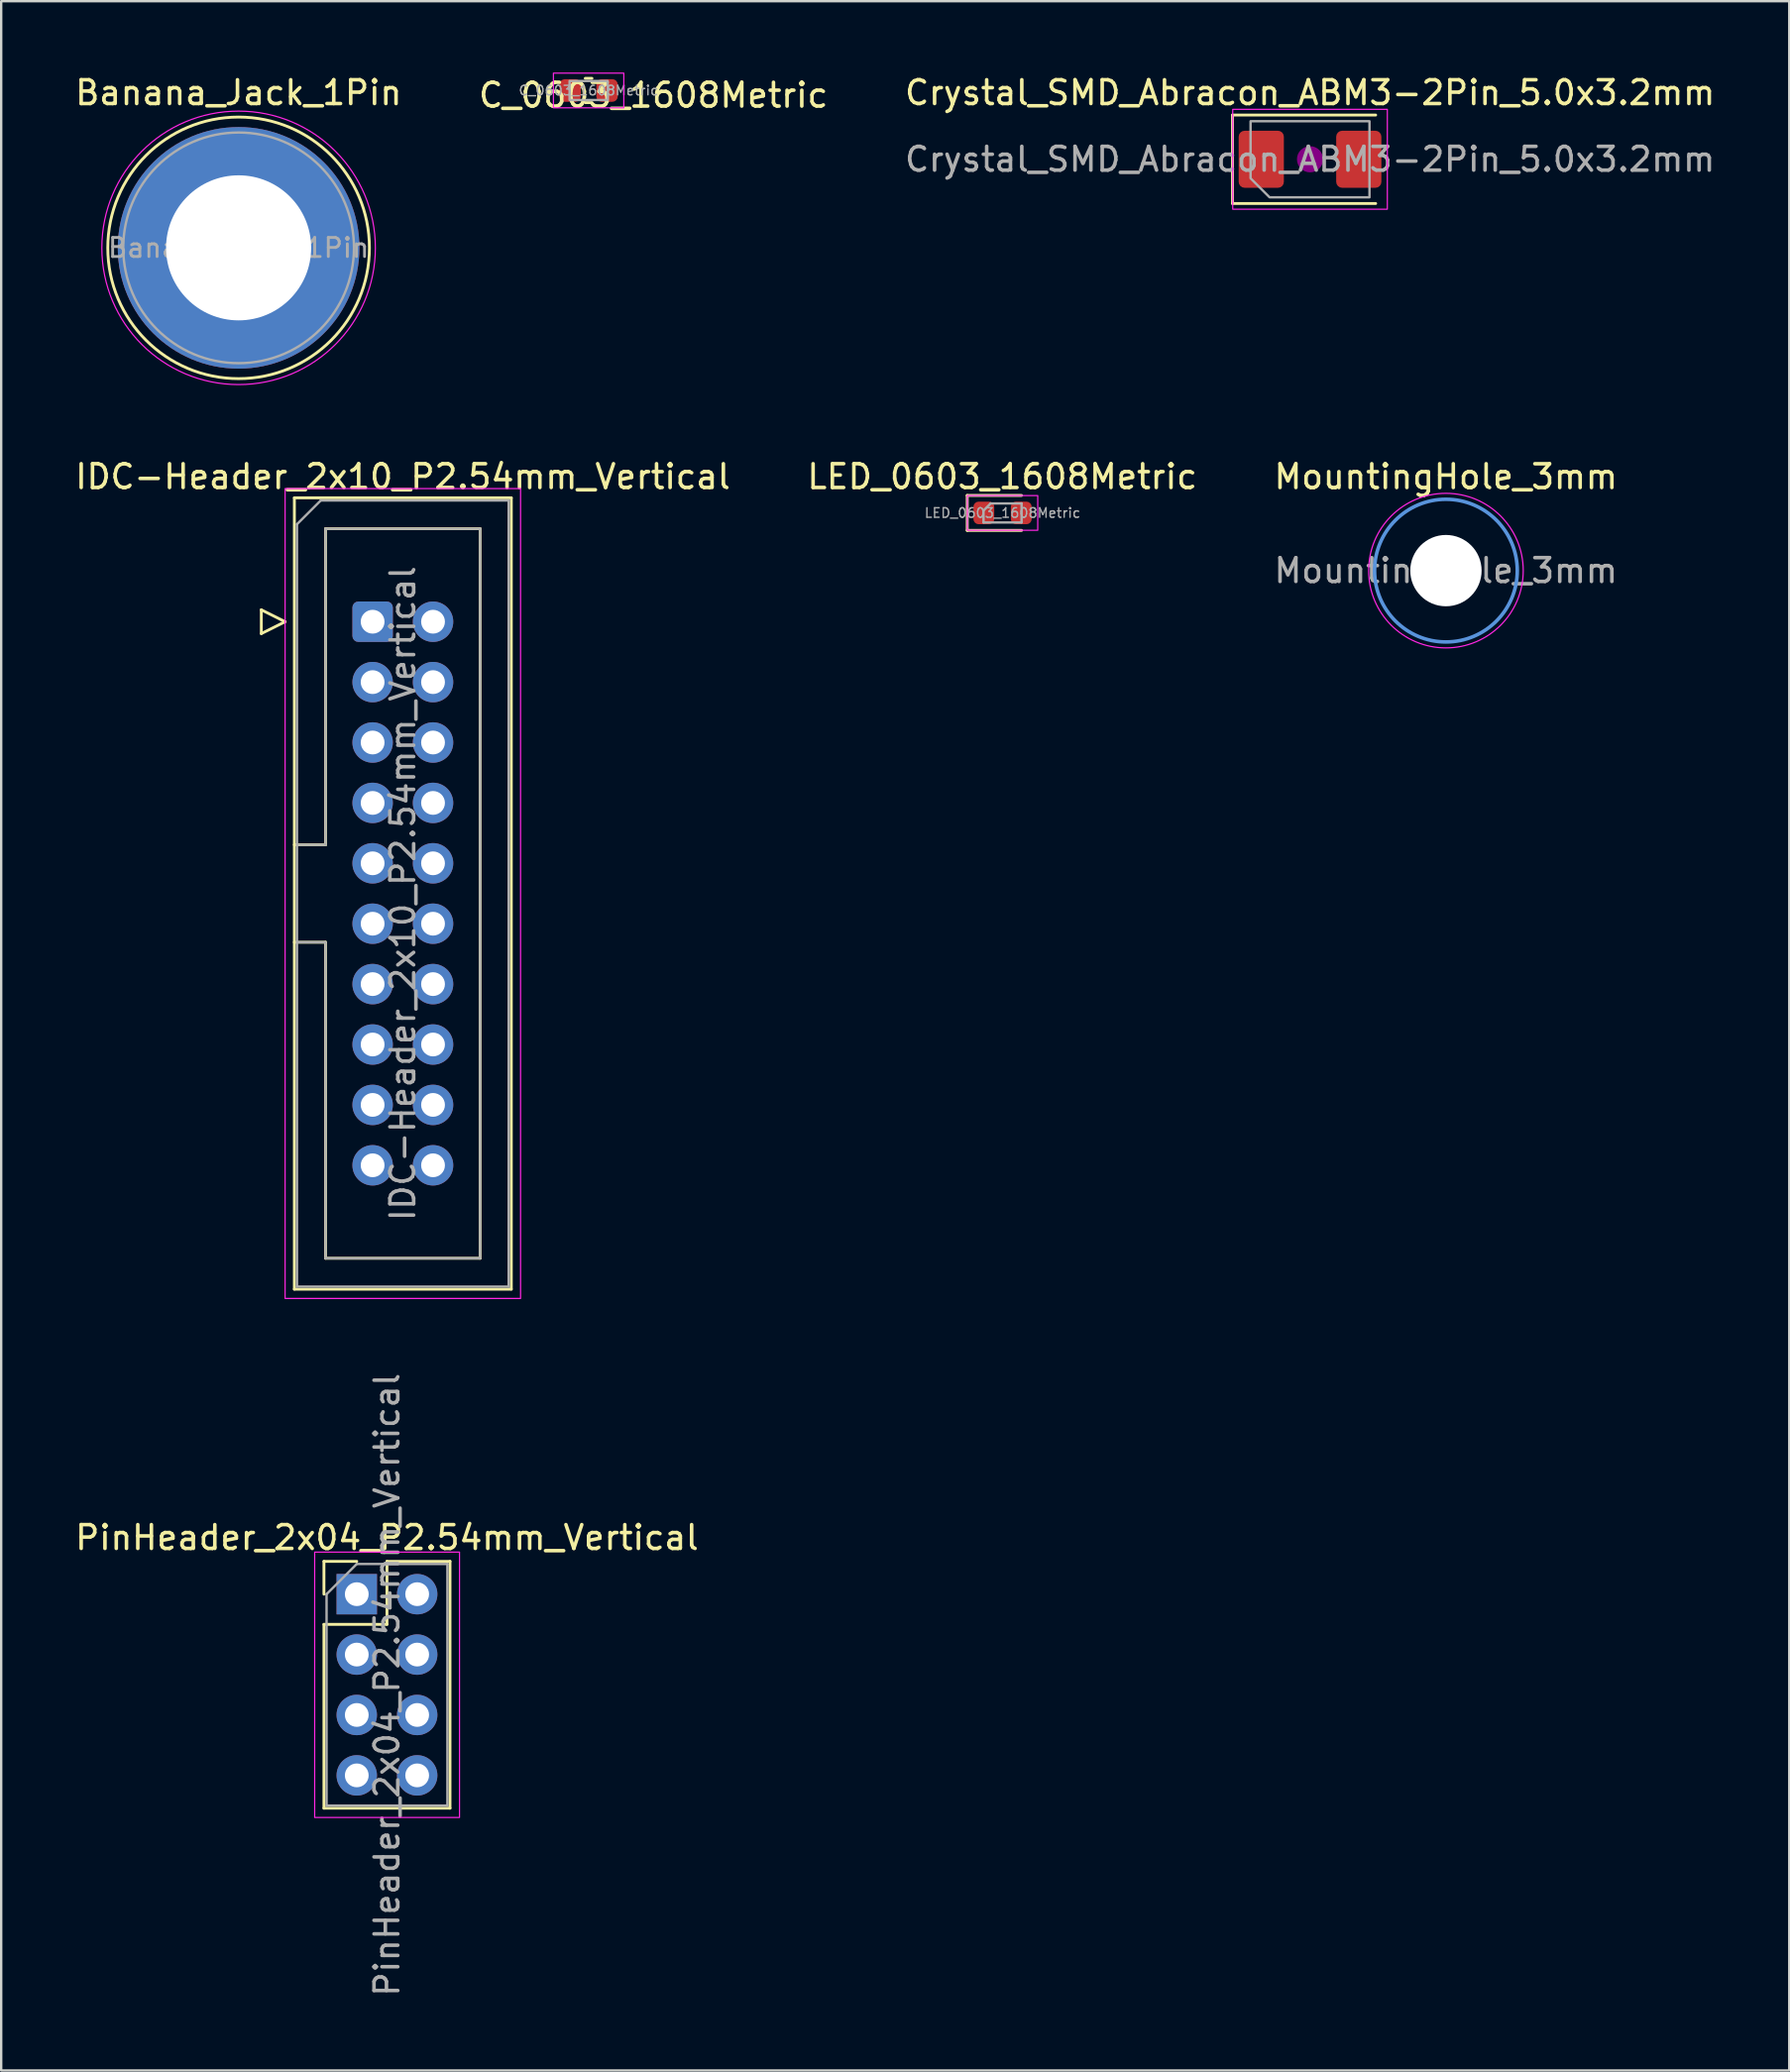
<source format=kicad_pcb>
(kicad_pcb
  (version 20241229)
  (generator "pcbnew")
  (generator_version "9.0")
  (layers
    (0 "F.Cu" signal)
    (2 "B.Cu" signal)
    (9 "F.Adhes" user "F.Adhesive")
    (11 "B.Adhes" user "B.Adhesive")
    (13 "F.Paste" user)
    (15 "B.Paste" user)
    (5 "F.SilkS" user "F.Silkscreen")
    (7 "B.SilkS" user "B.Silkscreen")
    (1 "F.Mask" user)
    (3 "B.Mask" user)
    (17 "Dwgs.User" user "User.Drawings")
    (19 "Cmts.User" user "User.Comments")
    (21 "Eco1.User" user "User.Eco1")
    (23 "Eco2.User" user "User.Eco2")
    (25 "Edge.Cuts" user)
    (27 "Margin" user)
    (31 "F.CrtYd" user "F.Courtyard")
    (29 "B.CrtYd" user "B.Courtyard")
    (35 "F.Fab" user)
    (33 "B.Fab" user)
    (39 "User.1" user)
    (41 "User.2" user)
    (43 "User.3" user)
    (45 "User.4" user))
  (footprint "PinHeader_2x04_P2.54mm_Vertical"
    (layer "F.Cu")
    (at 11.95 63.992)
    (property "Reference" "PinHeader_2x04_P2.54mm_Vertical" (at 1.27 -2.38 180) (layer "F.SilkS") (effects (font (size 1 1) (thickness 0.15))))
    (attr through_hole)
    (fp_line (start -1.38 -1.38) (end 0 -1.38) (stroke (width 0.12) (type solid)) (layer "F.SilkS"))
    (fp_line (start -1.38 0) (end -1.38 -1.38) (stroke (width 0.12) (type solid)) (layer "F.SilkS"))
    (fp_line (start -1.38 1.27) (end -1.38 9) (stroke (width 0.12) (type solid)) (layer "F.SilkS"))
    (fp_line (start -1.38 1.27) (end 1.27 1.27) (stroke (width 0.12) (type solid)) (layer "F.SilkS"))
    (fp_line (start -1.38 9) (end 3.92 9) (stroke (width 0.12) (type solid)) (layer "F.SilkS"))
    (fp_line (start 1.27 -1.38) (end 3.92 -1.38) (stroke (width 0.12) (type solid)) (layer "F.SilkS"))
    (fp_line (start 1.27 1.27) (end 1.27 -1.38) (stroke (width 0.12) (type solid)) (layer "F.SilkS"))
    (fp_line (start 3.92 -1.38) (end 3.92 9) (stroke (width 0.12) (type solid)) (layer "F.SilkS"))
    (fp_rect (start -1.77 -1.77) (end 4.32 9.39) (stroke (width 0.05) (type solid)) (fill no) (layer "F.CrtYd"))
    (fp_line (start -1.27 0) (end 0 -1.27) (stroke (width 0.1) (type solid)) (layer "F.Fab"))
    (fp_line (start -1.27 8.89) (end -1.27 0) (stroke (width 0.1) (type solid)) (layer "F.Fab"))
    (fp_line (start 0 -1.27) (end 3.81 -1.27) (stroke (width 0.1) (type solid)) (layer "F.Fab"))
    (fp_line (start 3.81 -1.27) (end 3.81 8.89) (stroke (width 0.1) (type solid)) (layer "F.Fab"))
    (fp_line (start 3.81 8.89) (end -1.27 8.89) (stroke (width 0.1) (type solid)) (layer "F.Fab"))
    (fp_text user "${REFERENCE}" (at 1.27 3.81 90) (layer "F.Fab") (effects (font (size 1 1) (thickness 0.15))))
    (pad "1" thru_hole rect (at 0 0) (size 1.7 1.7) (drill 1) (layers "*.Cu" "*.Mask"))
    (pad "2" thru_hole circle (at 2.54 0) (size 1.7 1.7) (drill 1) (layers "*.Cu" "*.Mask"))
    (pad "3" thru_hole circle (at 0 2.54) (size 1.7 1.7) (drill 1) (layers "*.Cu" "*.Mask"))
    (pad "4" thru_hole circle (at 2.54 2.54) (size 1.7 1.7) (drill 1) (layers "*.Cu" "*.Mask"))
    (pad "5" thru_hole circle (at 0 5.08) (size 1.7 1.7) (drill 1) (layers "*.Cu" "*.Mask"))
    (pad "6" thru_hole circle (at 2.54 5.08) (size 1.7 1.7) (drill 1) (layers "*.Cu" "*.Mask"))
    (pad "7" thru_hole circle (at 0 7.62) (size 1.7 1.7) (drill 1) (layers "*.Cu" "*.Mask"))
    (pad "8" thru_hole circle (at 2.54 7.62) (size 1.7 1.7) (drill 1) (layers "*.Cu" "*.Mask")))
  (footprint "LED_0603_1608Metric"
    (layer "F.Cu")
    (at 39.102 18.521)
    (property "Reference" "LED_0603_1608Metric" (at -0.013 -1.525 180) (layer "F.SilkS") (effects (font (size 1 1) (thickness 0.15))))
    (attr smd)
    (fp_line (start -1.485 -0.735) (end -1.485 0.735) (stroke (width 0.12) (type solid)) (layer "F.SilkS"))
    (fp_line (start -1.485 0.735) (end 0.8 0.735) (stroke (width 0.12) (type solid)) (layer "F.SilkS"))
    (fp_line (start 0.8 -0.735) (end -1.485 -0.735) (stroke (width 0.12) (type solid)) (layer "F.SilkS"))
    (fp_rect (start -1.48 -0.73) (end 1.48 0.73) (stroke (width 0.05) (type solid)) (fill no) (layer "F.CrtYd"))
    (fp_line (start -0.8 -0.1) (end -0.8 0.4) (stroke (width 0.1) (type solid)) (layer "F.Fab"))
    (fp_line (start -0.8 0.4) (end 0.8 0.4) (stroke (width 0.1) (type solid)) (layer "F.Fab"))
    (fp_line (start -0.5 -0.4) (end -0.8 -0.1) (stroke (width 0.1) (type solid)) (layer "F.Fab"))
    (fp_line (start 0.8 -0.4) (end -0.5 -0.4) (stroke (width 0.1) (type solid)) (layer "F.Fab"))
    (fp_line (start 0.8 0.4) (end 0.8 -0.4) (stroke (width 0.1) (type solid)) (layer "F.Fab"))
    (fp_text user "${REFERENCE}" (at 0 0 180) (layer "F.Fab") (effects (font (size 0.4 0.4) (thickness 0.06))))
    (pad "1" smd roundrect (at -0.787 0) (size 0.875 0.95) (layers "F.Cu" "F.Mask" "F.Paste") (roundrect_rratio 0.25))
    (pad "2" smd roundrect (at 0.787 0) (size 0.875 0.95) (layers "F.Cu" "F.Mask" "F.Paste") (roundrect_rratio 0.25)))
  (footprint "IDC-Header_2x10_P2.54mm_Vertical"
    (layer "F.Cu")
    (at 12.617 23.096)
    (property "Reference" "IDC-Header_2x10_P2.54mm_Vertical" (at 1.27 -6.1 0) (layer "F.SilkS") (effects (font (size 1 1) (thickness 0.15))))
    (attr through_hole)
    (fp_line (start -4.68 -0.5) (end -4.68 0.5) (stroke (width 0.12) (type solid)) (layer "F.SilkS"))
    (fp_line (start -4.68 0.5) (end -3.68 0) (stroke (width 0.12) (type solid)) (layer "F.SilkS"))
    (fp_line (start -3.68 0) (end -4.68 -0.5) (stroke (width 0.12) (type solid)) (layer "F.SilkS"))
    (fp_line (start -3.29 -5.21) (end 5.83 -5.21) (stroke (width 0.12) (type solid)) (layer "F.SilkS"))
    (fp_line (start -3.29 9.38) (end -1.98 9.38) (stroke (width 0.12) (type solid)) (layer "F.SilkS"))
    (fp_line (start -3.29 28.07) (end -3.29 -5.21) (stroke (width 0.12) (type solid)) (layer "F.SilkS"))
    (fp_line (start -1.98 -3.91) (end 4.52 -3.91) (stroke (width 0.12) (type solid)) (layer "F.SilkS"))
    (fp_line (start -1.98 9.38) (end -1.98 -3.91) (stroke (width 0.12) (type solid)) (layer "F.SilkS"))
    (fp_line (start -1.98 13.48) (end -3.29 13.48) (stroke (width 0.12) (type solid)) (layer "F.SilkS"))
    (fp_line (start -1.98 26.77) (end -1.98 13.48) (stroke (width 0.12) (type solid)) (layer "F.SilkS"))
    (fp_line (start 4.52 -3.91) (end 4.52 26.77) (stroke (width 0.12) (type solid)) (layer "F.SilkS"))
    (fp_line (start 4.52 26.77) (end -1.98 26.77) (stroke (width 0.12) (type solid)) (layer "F.SilkS"))
    (fp_line (start 5.83 -5.21) (end 5.83 28.07) (stroke (width 0.12) (type solid)) (layer "F.SilkS"))
    (fp_line (start 5.83 28.07) (end -3.29 28.07) (stroke (width 0.12) (type solid)) (layer "F.SilkS"))
    (fp_rect (start -3.68 -5.6) (end 6.22 28.46) (stroke (width 0.05) (type solid)) (fill no) (layer "F.CrtYd"))
    (fp_line (start -3.18 -4.1) (end -2.18 -5.1) (stroke (width 0.1) (type solid)) (layer "F.Fab"))
    (fp_line (start -3.18 9.38) (end -1.98 9.38) (stroke (width 0.1) (type solid)) (layer "F.Fab"))
    (fp_line (start -3.18 27.96) (end -3.18 -4.1) (stroke (width 0.1) (type solid)) (layer "F.Fab"))
    (fp_line (start -2.18 -5.1) (end 5.72 -5.1) (stroke (width 0.1) (type solid)) (layer "F.Fab"))
    (fp_line (start -1.98 -3.91) (end 4.52 -3.91) (stroke (width 0.1) (type solid)) (layer "F.Fab"))
    (fp_line (start -1.98 9.38) (end -1.98 -3.91) (stroke (width 0.1) (type solid)) (layer "F.Fab"))
    (fp_line (start -1.98 13.48) (end -3.18 13.48) (stroke (width 0.1) (type solid)) (layer "F.Fab"))
    (fp_line (start -1.98 26.77) (end -1.98 13.48) (stroke (width 0.1) (type solid)) (layer "F.Fab"))
    (fp_line (start 4.52 -3.91) (end 4.52 26.77) (stroke (width 0.1) (type solid)) (layer "F.Fab"))
    (fp_line (start 4.52 26.77) (end -1.98 26.77) (stroke (width 0.1) (type solid)) (layer "F.Fab"))
    (fp_line (start 5.72 -5.1) (end 5.72 27.96) (stroke (width 0.1) (type solid)) (layer "F.Fab"))
    (fp_line (start 5.72 27.96) (end -3.18 27.96) (stroke (width 0.1) (type solid)) (layer "F.Fab"))
    (fp_text user "${REFERENCE}" (at 1.27 11.43 270) (layer "F.Fab") (effects (font (size 1 1) (thickness 0.15))))
    (pad "1" thru_hole roundrect (at 0 0) (size 1.7 1.7) (drill 1) (layers "*.Cu" "*.Mask") (roundrect_rratio 0.147))
    (pad "2" thru_hole circle (at 2.54 0) (size 1.7 1.7) (drill 1) (layers "*.Cu" "*.Mask"))
    (pad "3" thru_hole circle (at 0 2.54) (size 1.7 1.7) (drill 1) (layers "*.Cu" "*.Mask"))
    (pad "4" thru_hole circle (at 2.54 2.54) (size 1.7 1.7) (drill 1) (layers "*.Cu" "*.Mask"))
    (pad "5" thru_hole circle (at 0 5.08) (size 1.7 1.7) (drill 1) (layers "*.Cu" "*.Mask"))
    (pad "6" thru_hole circle (at 2.54 5.08) (size 1.7 1.7) (drill 1) (layers "*.Cu" "*.Mask"))
    (pad "7" thru_hole circle (at 0 7.62) (size 1.7 1.7) (drill 1) (layers "*.Cu" "*.Mask"))
    (pad "8" thru_hole circle (at 2.54 7.62) (size 1.7 1.7) (drill 1) (layers "*.Cu" "*.Mask"))
    (pad "9" thru_hole circle (at 0 10.16) (size 1.7 1.7) (drill 1) (layers "*.Cu" "*.Mask"))
    (pad "10" thru_hole circle (at 2.54 10.16) (size 1.7 1.7) (drill 1) (layers "*.Cu" "*.Mask"))
    (pad "11" thru_hole circle (at 0 12.7) (size 1.7 1.7) (drill 1) (layers "*.Cu" "*.Mask"))
    (pad "12" thru_hole circle (at 2.54 12.7) (size 1.7 1.7) (drill 1) (layers "*.Cu" "*.Mask"))
    (pad "13" thru_hole circle (at 0 15.24) (size 1.7 1.7) (drill 1) (layers "*.Cu" "*.Mask"))
    (pad "14" thru_hole circle (at 2.54 15.24) (size 1.7 1.7) (drill 1) (layers "*.Cu" "*.Mask"))
    (pad "15" thru_hole circle (at 0 17.78) (size 1.7 1.7) (drill 1) (layers "*.Cu" "*.Mask"))
    (pad "16" thru_hole circle (at 2.54 17.78) (size 1.7 1.7) (drill 1) (layers "*.Cu" "*.Mask"))
    (pad "17" thru_hole circle (at 0 20.32) (size 1.7 1.7) (drill 1) (layers "*.Cu" "*.Mask"))
    (pad "18" thru_hole circle (at 2.54 20.32) (size 1.7 1.7) (drill 1) (layers "*.Cu" "*.Mask"))
    (pad "19" thru_hole circle (at 0 22.86) (size 1.7 1.7) (drill 1) (layers "*.Cu" "*.Mask"))
    (pad "20" thru_hole circle (at 2.54 22.86) (size 1.7 1.7) (drill 1) (layers "*.Cu" "*.Mask")))
  (footprint "Banana_Jack_1Pin"
    (layer "F.Cu")
    (at 6.982 7.373)
    (property "Reference" "Banana_Jack_1Pin" (at 0 -6.525 0) (layer "F.SilkS") (effects (font (size 1 1) (thickness 0.15))))
    (attr through_hole)
    (fp_circle (center 0 0) (end 5.5 0) (stroke (width 0.12) (type solid)) (fill no) (layer "F.SilkS"))
    (fp_circle (center 0 0) (end 5.75 0) (stroke (width 0.05) (type solid)) (fill no) (layer "F.CrtYd"))
    (fp_circle (center 0 0) (end 2 0) (stroke (width 0.1) (type solid)) (fill no) (layer "F.Fab"))
    (fp_circle (center 0 0) (end 4.85 0.05) (stroke (width 0.1) (type solid)) (fill no) (layer "F.Fab"))
    (fp_text user "${REFERENCE}" (at 0 0 0) (layer "F.Fab") (effects (font (size 0.8 0.8) (thickness 0.12))))
    (pad "1" thru_hole circle (at 0 0) (size 10.16 10.16) (drill 6.1) (layers "*.Cu" "*.Mask")))
  (footprint "MountingHole_3mm"
    (layer "F.Cu")
    (at 57.744 20.947)
    (property "Reference" "MountingHole_3mm" (at 0 -3.95 0) (layer "F.SilkS") (effects (font (size 1 1) (thickness 0.15))))
    (attr exclude_from_pos_files exclude_from_bom)
    (fp_circle (center 0 0) (end 3 0) (stroke (width 0.15) (type solid)) (fill no) (layer "Cmts.User"))
    (fp_circle (center 0 0) (end 3.25 0) (stroke (width 0.05) (type solid)) (fill no) (layer "F.CrtYd"))
    (fp_text user "${REFERENCE}" (at 0 0 0) (layer "F.Fab") (effects (font (size 1 1) (thickness 0.15))))
    (pad "" np_thru_hole circle (at 0 0) (size 3 3) (drill 3) (layers "*.Cu" "*.Mask")))
  (footprint "C_0603_1608Metric"
    (layer "F.Cu")
    (at 21.698 0.755)
    (property "Reference" "C_0603_1608Metric" (at 2.725 0.2 180) (layer "F.SilkS") (effects (font (size 1 1) (thickness 0.15))))
    (attr smd)
    (fp_line (start -0.141 -0.51) (end 0.141 -0.51) (stroke (width 0.12) (type solid)) (layer "F.SilkS"))
    (fp_line (start -0.141 0.51) (end 0.141 0.51) (stroke (width 0.12) (type solid)) (layer "F.SilkS"))
    (fp_rect (start -1.48 -0.73) (end 1.48 0.73) (stroke (width 0.05) (type solid)) (fill no) (layer "F.CrtYd"))
    (fp_rect (start -0.8 -0.4) (end 0.8 0.4) (stroke (width 0.1) (type solid)) (fill no) (layer "F.Fab"))
    (fp_text user "${REFERENCE}" (at 0 0 180) (layer "F.Fab") (effects (font (size 0.4 0.4) (thickness 0.06))))
    (pad "1" smd roundrect (at -0.775 0) (size 0.9 0.95) (layers "F.Cu" "F.Mask" "F.Paste") (roundrect_rratio 0.25))
    (pad "2" smd roundrect (at 0.775 0) (size 0.9 0.95) (layers "F.Cu" "F.Mask" "F.Paste") (roundrect_rratio 0.25)))
  (footprint "Crystal_SMD_Abracon_ABM3-2Pin_5.0x3.2mm"
    (layer "F.Cu")
    (at 52.03 3.648)
    (property "Reference" "Crystal_SMD_Abracon_ABM3-2Pin_5.0x3.2mm" (at 0 -2.8 180) (layer "F.SilkS") (effects (font (size 1 1) (thickness 0.15))))
    (attr smd)
    (fp_line (start -3.26 -1.86) (end -3.26 1.86) (stroke (width 0.12) (type solid)) (layer "F.SilkS"))
    (fp_line (start -3.26 1.86) (end 2.76 1.86) (stroke (width 0.12) (type solid)) (layer "F.SilkS"))
    (fp_line (start 2.76 -1.86) (end -3.26 -1.86) (stroke (width 0.12) (type solid)) (layer "F.SilkS"))
    (fp_circle (center 0 0) (end 0.5 0) (stroke (width 0.1) (type solid)) (fill yes) (layer "F.Adhes"))
    (fp_rect (start -3.25 -2.1) (end 3.25 2.1) (stroke (width 0.05) (type solid)) (fill no) (layer "F.CrtYd"))
    (fp_poly (pts (xy 2.5 -1.6) (xy 2.5 1.6) (xy -1.7 1.6) (xy -2.5 0.8) (xy -2.5 -1.6)) (stroke (width 0.1) (type solid)) (fill no) (layer "F.Fab"))
    (fp_text user "${REFERENCE}" (at 0 0 180) (layer "F.Fab") (effects (font (size 1 1) (thickness 0.15))))
    (pad "1" smd roundrect (at -2.05 0) (size 1.9 2.4) (layers "F.Cu" "F.Mask" "F.Paste") (roundrect_rratio 0.132))
    (pad "2" smd roundrect (at 2.05 0) (size 1.9 2.4) (layers "F.Cu" "F.Mask" "F.Paste") (roundrect_rratio 0.132)))
  (gr_rect
    (start -3 -3)
    (end 72.179 84.022)
    (stroke (width 0.1) (type default))
    (fill no)
    (layer "Edge.Cuts")))
</source>
